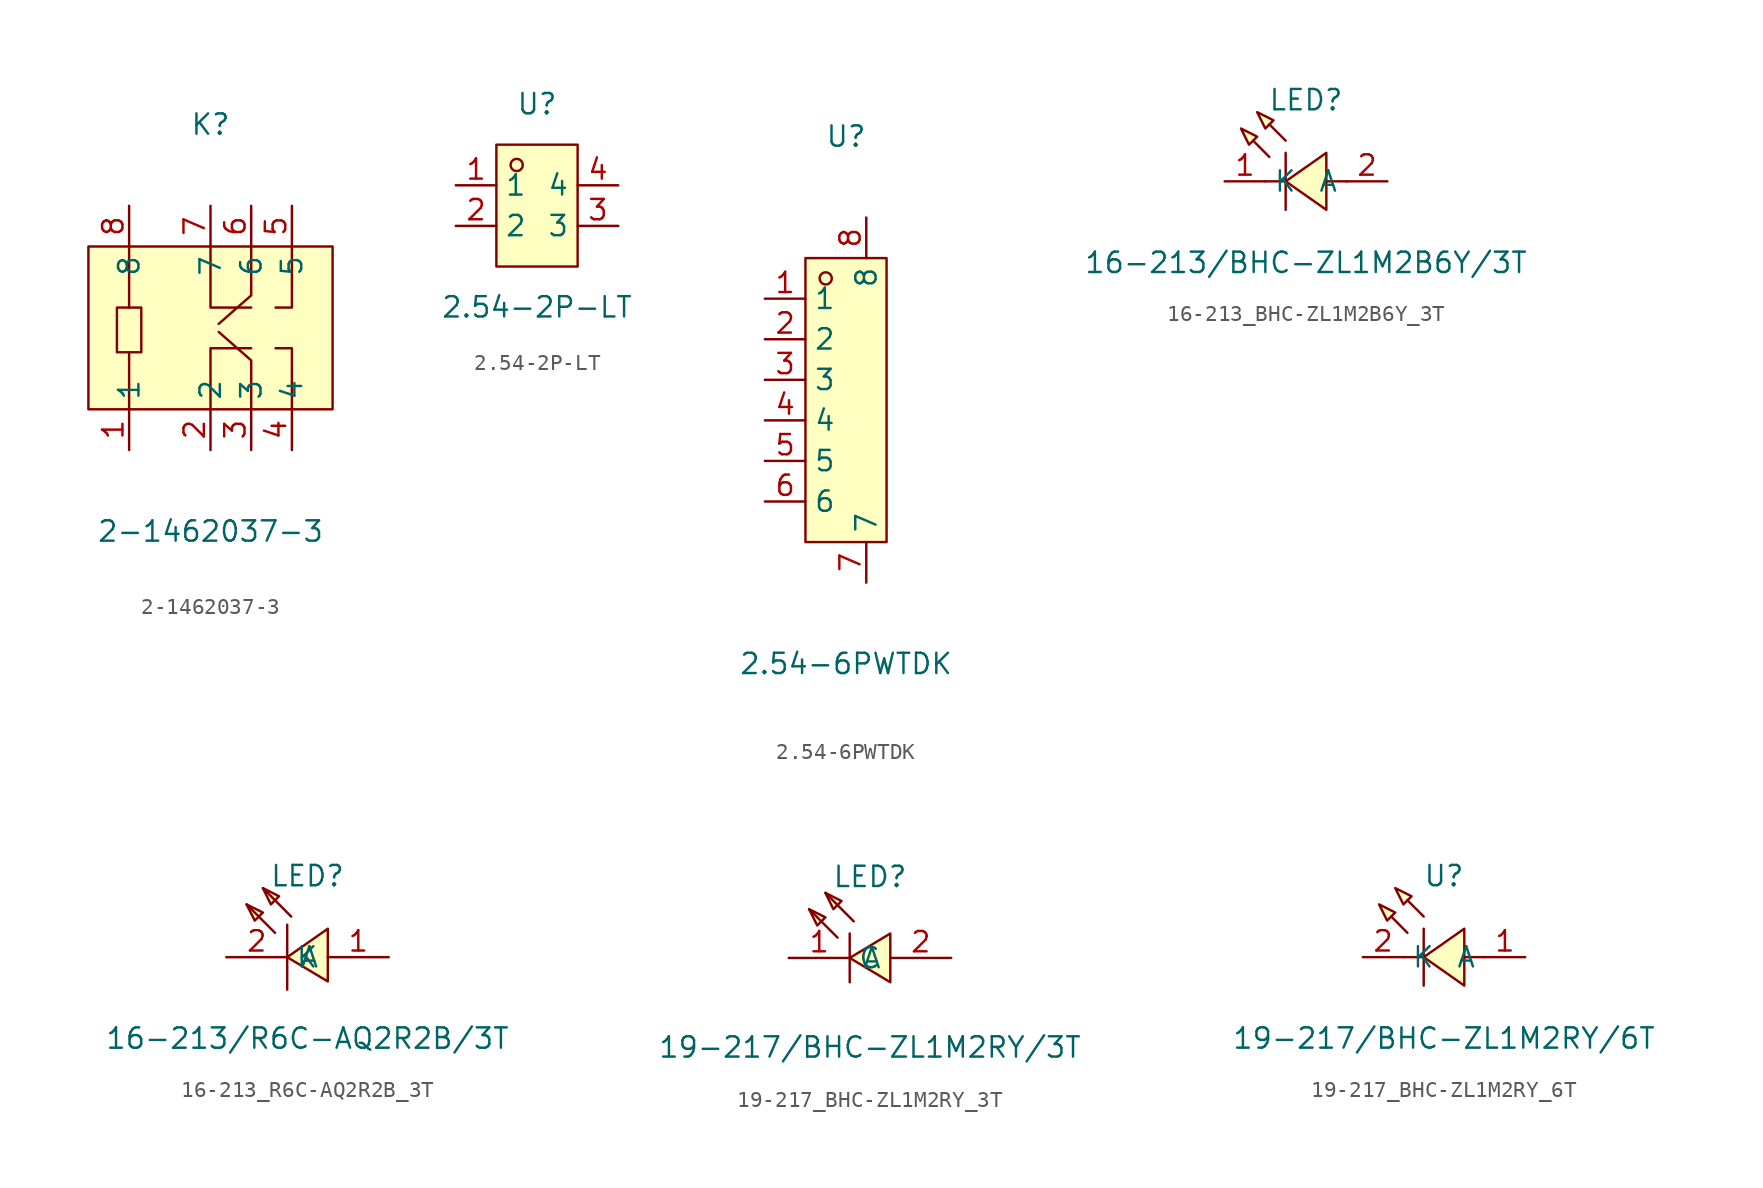
<source format=kicad_sym>
(kicad_symbol_lib
  (version 20231120)
  (generator "kicad_symbol_editor")
  (generator_version "8.0")
  (symbol "2-1462037-3"
    (property "Reference" "K"
      (at 0 12.7 0)
      (effects (font (size 1.27 1.27))))
    (property "Value" "2-1462037-3"
      (at 0 -12.7 0)
      (effects (font (size 1.27 1.27))))
    (symbol "2-1462037-3_0_1"
      (rectangle (start -7.62 5.08) (end 7.62 -5.08) (stroke (width 0) (type default)) (fill (type background)))
      (rectangle (start -5.84 1.27) (end -4.32 -1.52) (stroke (width 0) (type default)) (fill (type background)))
      (polyline (pts (xy -5.08 -1.52) (xy -5.08 -5.08)) (stroke (width 0) (type default)) (fill (type none)))
      (polyline (pts (xy -5.08 1.27) (xy -5.08 5.08)) (stroke (width 0) (type default)) (fill (type none)))
      (polyline (pts (xy 0 -5.08) (xy 0 -1.27) (xy 2.54 -1.27)) (stroke (width 0) (type default)) (fill (type none)))
      (polyline (pts (xy 0 5.08) (xy 0 1.27) (xy 2.54 1.27)) (stroke (width 0) (type default)) (fill (type none)))
      (polyline (pts (xy 2.54 -5.08) (xy 2.54 -2.03) (xy 0.51 -0.25)) (stroke (width 0) (type default)) (fill (type none)))
      (polyline (pts (xy 2.54 5.08) (xy 2.54 2.03) (xy 0.51 0.25)) (stroke (width 0) (type default)) (fill (type none)))
      (polyline (pts (xy 5.08 -5.08) (xy 5.08 -1.27) (xy 4.06 -1.27)) (stroke (width 0) (type default)) (fill (type none)))
      (polyline (pts (xy 5.08 5.08) (xy 5.08 1.27) (xy 4.06 1.27)) (stroke (width 0) (type default)) (fill (type none)))
      (pin unspecified line (at -5.08 -7.62 90) (length 2.54) (name "1" (effects (font (size 1.27 1.27)))) (number "1" (effects (font (size 1.27 1.27)))))
      (pin unspecified line (at 0 -7.62 90) (length 2.54) (name "2" (effects (font (size 1.27 1.27)))) (number "2" (effects (font (size 1.27 1.27)))))
      (pin unspecified line (at 2.54 -7.62 90) (length 2.54) (name "3" (effects (font (size 1.27 1.27)))) (number "3" (effects (font (size 1.27 1.27)))))
      (pin unspecified line (at 5.08 -7.62 90) (length 2.54) (name "4" (effects (font (size 1.27 1.27)))) (number "4" (effects (font (size 1.27 1.27)))))
      (pin unspecified line (at 5.08 7.62 270) (length 2.54) (name "5" (effects (font (size 1.27 1.27)))) (number "5" (effects (font (size 1.27 1.27)))))
      (pin unspecified line (at 2.54 7.62 270) (length 2.54) (name "6" (effects (font (size 1.27 1.27)))) (number "6" (effects (font (size 1.27 1.27)))))
      (pin unspecified line (at 0 7.62 270) (length 2.54) (name "7" (effects (font (size 1.27 1.27)))) (number "7" (effects (font (size 1.27 1.27)))))
      (pin unspecified line (at -5.08 7.62 270) (length 2.54) (name "8" (effects (font (size 1.27 1.27)))) (number "8" (effects (font (size 1.27 1.27)))))))
  (symbol "2.54-2P-LT"
    (property "Reference" "U"
      (at 0 6.35 0)
      (effects (font (size 1.27 1.27))))
    (property "Value" "2.54-2P-LT"
      (at 0 -6.35 0)
      (effects (font (size 1.27 1.27))))
    (symbol "2.54-2P-LT_0_1"
      (rectangle (start -2.54 3.81) (end 2.54 -3.81) (stroke (width 0) (type default)) (fill (type background)))
      (circle (center -1.27 2.54) (radius 0.38) (stroke (width 0) (type default)) (fill (type none)))
      (pin unspecified line (at -5.08 1.27 0) (length 2.54) (name "1" (effects (font (size 1.27 1.27)))) (number "1" (effects (font (size 1.27 1.27)))))
      (pin unspecified line (at -5.08 -1.27 0) (length 2.54) (name "2" (effects (font (size 1.27 1.27)))) (number "2" (effects (font (size 1.27 1.27)))))
      (pin unspecified line (at 5.08 -1.27 180) (length 2.54) (name "3" (effects (font (size 1.27 1.27)))) (number "3" (effects (font (size 1.27 1.27)))))
      (pin unspecified line (at 5.08 1.27 180) (length 2.54) (name "4" (effects (font (size 1.27 1.27)))) (number "4" (effects (font (size 1.27 1.27)))))))
  (symbol "2.54-6PWTDK"
    (property "Reference" "U"
      (at 0 16.51 0)
      (effects (font (size 1.27 1.27))))
    (property "Value" "2.54-6PWTDK"
      (at 0 -16.51 0)
      (effects (font (size 1.27 1.27))))
    (symbol "2.54-6PWTDK_0_1"
      (rectangle (start -2.54 8.89) (end 2.54 -8.89) (stroke (width 0) (type default)) (fill (type background)))
      (circle (center -1.27 7.62) (radius 0.38) (stroke (width 0) (type default)) (fill (type none)))
      (pin unspecified line (at -5.08 6.35 0) (length 2.54) (name "1" (effects (font (size 1.27 1.27)))) (number "1" (effects (font (size 1.27 1.27)))))
      (pin unspecified line (at -5.08 3.81 0) (length 2.54) (name "2" (effects (font (size 1.27 1.27)))) (number "2" (effects (font (size 1.27 1.27)))))
      (pin unspecified line (at -5.08 1.27 0) (length 2.54) (name "3" (effects (font (size 1.27 1.27)))) (number "3" (effects (font (size 1.27 1.27)))))
      (pin unspecified line (at -5.08 -1.27 0) (length 2.54) (name "4" (effects (font (size 1.27 1.27)))) (number "4" (effects (font (size 1.27 1.27)))))
      (pin unspecified line (at -5.08 -3.81 0) (length 2.54) (name "5" (effects (font (size 1.27 1.27)))) (number "5" (effects (font (size 1.27 1.27)))))
      (pin unspecified line (at -5.08 -6.35 0) (length 2.54) (name "6" (effects (font (size 1.27 1.27)))) (number "6" (effects (font (size 1.27 1.27)))))
      (pin unspecified line (at 1.27 -11.43 90) (length 2.54) (name "7" (effects (font (size 1.27 1.27)))) (number "7" (effects (font (size 1.27 1.27)))))
      (pin unspecified line (at 1.27 11.43 270) (length 2.54) (name "8" (effects (font (size 1.27 1.27)))) (number "8" (effects (font (size 1.27 1.27)))))))
  (symbol "16-213_BHC-ZL1M2B6Y_3T"
    (property "Reference" "LED"
      (at 0 5.08 0)
      (effects (font (size 1.27 1.27))))
    (property "Value" "16-213/BHC-ZL1M2B6Y/3T"
      (at 0 -5.08 0)
      (effects (font (size 1.27 1.27))))
    (symbol "16-213_BHC-ZL1M2B6Y_3T_0_1"
      (polyline (pts (xy -1.27 0) (xy -2.54 0)) (stroke (width 0) (type default)) (fill (type none)))
      (polyline (pts (xy -1.27 1.78) (xy -1.27 -1.78)) (stroke (width 0) (type default)) (fill (type none)))
      (polyline (pts (xy 2.54 0) (xy 1.27 0)) (stroke (width 0) (type default)) (fill (type none)))
      (polyline (pts (xy -2.29 1.52) (xy -3.3 2.54) (xy -2.29 1.52)) (stroke (width 0) (type default)) (fill (type background)))
      (polyline (pts (xy -1.27 2.54) (xy -2.29 3.56) (xy -1.27 2.54)) (stroke (width 0) (type default)) (fill (type background)))
      (polyline (pts (xy -4.06 3.3) (xy -3.05 2.79) (xy -3.56 2.29) (xy -4.06 3.3)) (stroke (width 0) (type default)) (fill (type background)))
      (polyline (pts (xy -3.05 4.32) (xy -2.03 3.81) (xy -2.54 3.3) (xy -3.05 4.32)) (stroke (width 0) (type default)) (fill (type background)))
      (polyline (pts (xy 1.27 1.78) (xy -1.27 0) (xy 1.27 -1.78) (xy 1.27 1.78)) (stroke (width 0) (type default)) (fill (type background)))
      (pin unspecified line (at -5.08 0 0) (length 2.54) (name "K" (effects (font (size 1.27 1.27)))) (number "1" (effects (font (size 1.27 1.27)))))
      (pin unspecified line (at 5.08 0 180) (length 2.54) (name "A" (effects (font (size 1.27 1.27)))) (number "2" (effects (font (size 1.27 1.27)))))))
  (symbol "16-213_R6C-AQ2R2B_3T"
    (property "Reference" "LED"
      (at 0 5.08 0)
      (effects (font (size 1.27 1.27))))
    (property "Value" "16-213/R6C-AQ2R2B/3T"
      (at 0 -5.08 0)
      (effects (font (size 1.27 1.27))))
    (symbol "16-213_R6C-AQ2R2B_3T_0_1"
      (polyline (pts (xy -2.03 1.52) (xy -3.81 3.3)) (stroke (width 0) (type default)) (fill (type none)))
      (polyline (pts (xy -1.27 2.03) (xy -1.27 -2.03)) (stroke (width 0) (type default)) (fill (type none)))
      (polyline (pts (xy -1.02 2.54) (xy -2.79 4.32)) (stroke (width 0) (type default)) (fill (type none)))
      (polyline (pts (xy -3.81 3.3) (xy -2.79 2.79) (xy -3.3 2.29) (xy -3.81 3.3)) (stroke (width 0) (type default)) (fill (type background)))
      (polyline (pts (xy -2.79 4.32) (xy -1.78 3.81) (xy -2.29 3.3) (xy -2.79 4.32)) (stroke (width 0) (type default)) (fill (type background)))
      (polyline (pts (xy 1.27 -1.52) (xy -1.27 0) (xy 1.27 1.78) (xy 1.27 -1.52)) (stroke (width 0) (type default)) (fill (type background)))
      (pin unspecified line (at 5.08 0 180) (length 3.81) (name "A" (effects (font (size 1.27 1.27)))) (number "1" (effects (font (size 1.27 1.27)))))
      (pin unspecified line (at -5.08 0 0) (length 3.81) (name "K" (effects (font (size 1.27 1.27)))) (number "2" (effects (font (size 1.27 1.27)))))))
  (symbol "19-217_BHC-ZL1M2RY_3T"
    (property "Reference" "LED"
      (at 0 3.81 0)
      (effects (font (size 1.27 1.27))))
    (property "Value" "19-217/BHC-ZL1M2RY/3T"
      (at 0 -6.86 0)
      (effects (font (size 1.27 1.27))))
    (symbol "19-217_BHC-ZL1M2RY_3T_0_1"
      (polyline (pts (xy -2.03 0) (xy -3.81 1.78)) (stroke (width 0) (type default)) (fill (type none)))
      (polyline (pts (xy -1.27 -2.79) (xy -1.27 0.26)) (stroke (width 0) (type default)) (fill (type none)))
      (polyline (pts (xy -1.02 1.02) (xy -2.79 2.8)) (stroke (width 0) (type default)) (fill (type none)))
      (polyline (pts (xy -3.81 1.78) (xy -3.3 0.76) (xy -2.79 1.27) (xy -3.81 1.78)) (stroke (width 0) (type default)) (fill (type background)))
      (polyline (pts (xy -2.79 2.8) (xy -2.29 1.78) (xy -1.78 2.29) (xy -2.79 2.8)) (stroke (width 0) (type default)) (fill (type background)))
      (polyline (pts (xy 1.27 0.26) (xy -1.27 -1.27) (xy 1.27 -2.79) (xy 1.27 0.26)) (stroke (width 0) (type default)) (fill (type background)))
      (pin input line (at -5.08 -1.27 0) (length 3.81) (name "C" (effects (font (size 1.27 1.27)))) (number "1" (effects (font (size 1.27 1.27)))))
      (pin input line (at 5.08 -1.27 180) (length 3.81) (name "A" (effects (font (size 1.27 1.27)))) (number "2" (effects (font (size 1.27 1.27)))))))
  (symbol "19-217_BHC-ZL1M2RY_6T"
    (property "Reference" "U"
      (at 0 5.08 0)
      (effects (font (size 1.27 1.27))))
    (property "Value" "19-217/BHC-ZL1M2RY/6T"
      (at 0 -5.08 0)
      (effects (font (size 1.27 1.27))))
    (symbol "19-217_BHC-ZL1M2RY_6T_0_1"
      (polyline (pts (xy -1.27 0) (xy -2.54 0)) (stroke (width 0) (type default)) (fill (type none)))
      (polyline (pts (xy -1.27 1.78) (xy -1.27 -1.78)) (stroke (width 0) (type default)) (fill (type none)))
      (polyline (pts (xy 2.54 0) (xy 1.27 0)) (stroke (width 0) (type default)) (fill (type none)))
      (polyline (pts (xy -2.29 1.52) (xy -3.3 2.54) (xy -2.29 1.52)) (stroke (width 0) (type default)) (fill (type background)))
      (polyline (pts (xy -1.27 2.54) (xy -2.29 3.56) (xy -1.27 2.54)) (stroke (width 0) (type default)) (fill (type background)))
      (polyline (pts (xy -4.06 3.3) (xy -3.05 2.79) (xy -3.56 2.29) (xy -4.06 3.3)) (stroke (width 0) (type default)) (fill (type background)))
      (polyline (pts (xy -3.05 4.32) (xy -2.03 3.81) (xy -2.54 3.3) (xy -3.05 4.32)) (stroke (width 0) (type default)) (fill (type background)))
      (polyline (pts (xy 1.27 1.78) (xy -1.27 0) (xy 1.27 -1.78) (xy 1.27 1.78)) (stroke (width 0) (type default)) (fill (type background)))
      (pin unspecified line (at 5.08 0 180) (length 2.54) (name "A" (effects (font (size 1.27 1.27)))) (number "1" (effects (font (size 1.27 1.27)))))
      (pin unspecified line (at -5.08 0 0) (length 2.54) (name "K" (effects (font (size 1.27 1.27)))) (number "2" (effects (font (size 1.27 1.27))))))))
</source>
